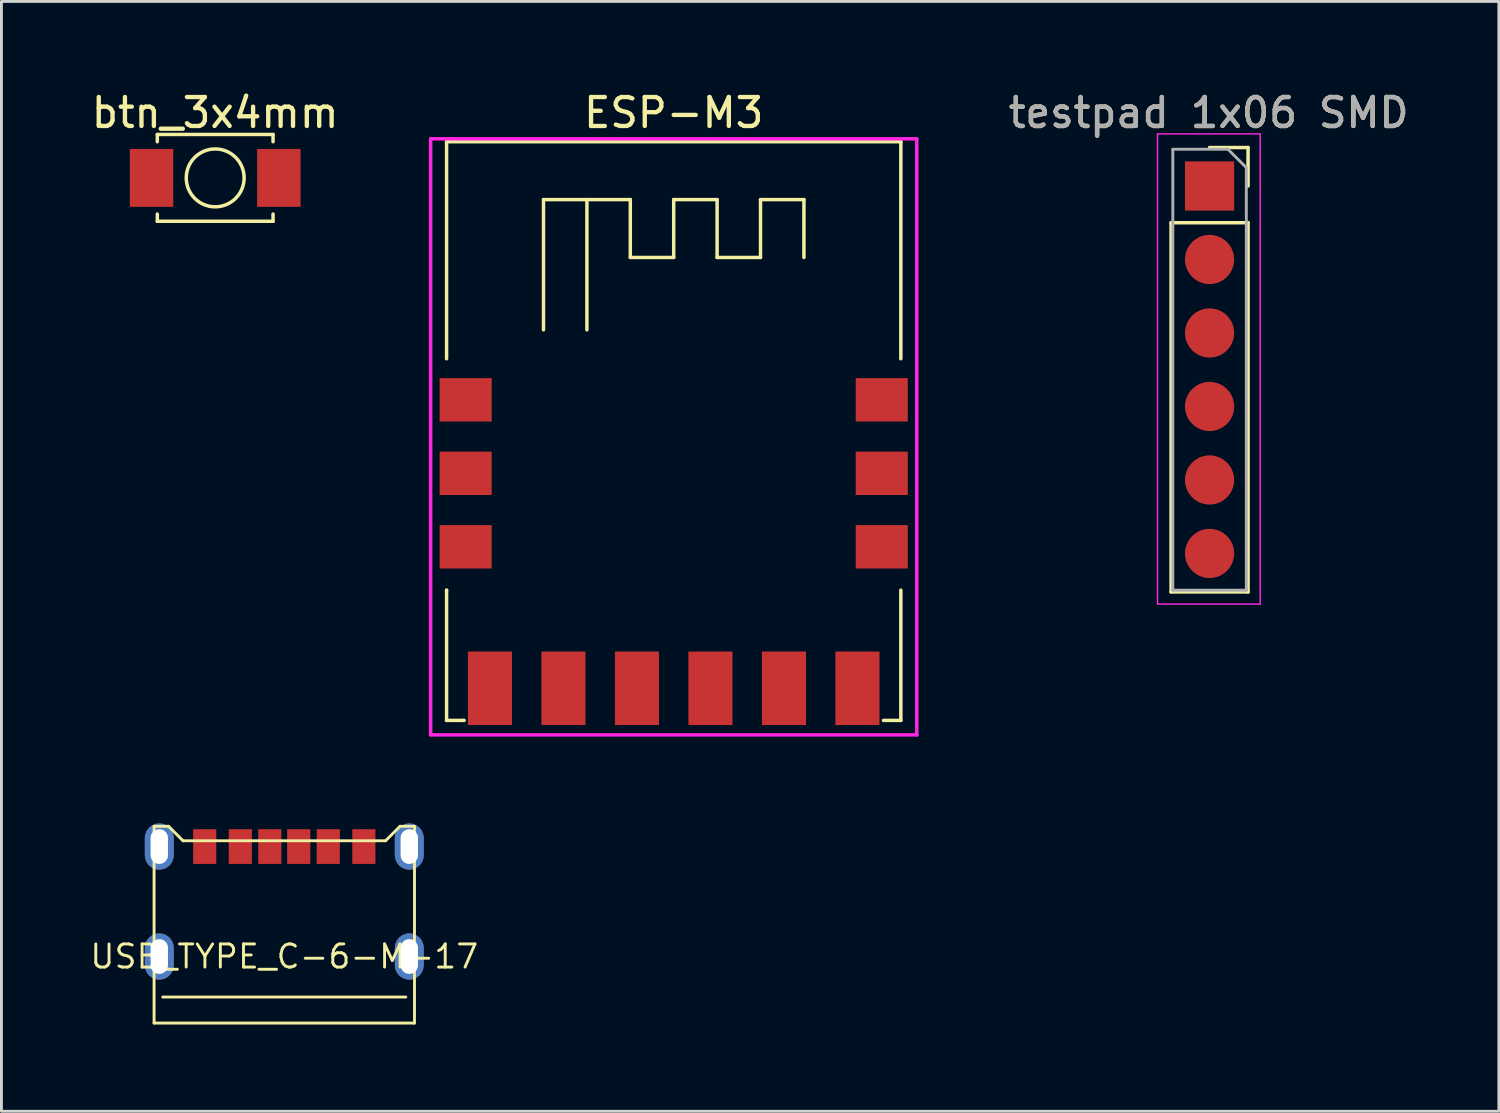
<source format=kicad_pcb>
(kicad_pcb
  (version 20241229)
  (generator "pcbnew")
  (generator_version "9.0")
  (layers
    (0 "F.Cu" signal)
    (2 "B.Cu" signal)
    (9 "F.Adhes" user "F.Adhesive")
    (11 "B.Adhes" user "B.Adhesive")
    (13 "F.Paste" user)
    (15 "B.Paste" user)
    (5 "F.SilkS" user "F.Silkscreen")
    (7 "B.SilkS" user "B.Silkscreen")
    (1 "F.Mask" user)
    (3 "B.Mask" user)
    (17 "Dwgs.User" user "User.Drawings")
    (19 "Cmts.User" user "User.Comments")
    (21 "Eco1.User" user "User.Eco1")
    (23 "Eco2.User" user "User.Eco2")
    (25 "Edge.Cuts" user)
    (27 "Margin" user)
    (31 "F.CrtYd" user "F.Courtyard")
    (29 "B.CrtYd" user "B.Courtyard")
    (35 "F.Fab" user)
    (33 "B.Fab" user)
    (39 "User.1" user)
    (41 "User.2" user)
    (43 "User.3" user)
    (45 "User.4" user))
  (footprint "testpad 1x06 SMD"
    (layer "F.Cu")
    (at 38.724 16.088)
    (property "Reference" "testpad 1x06 SMD" (at 0 -15.24 0) (layer "F.SilkS") (effects (font (size 1 1) (thickness 0.15))))
    (attr through_hole)
    (fp_line (start -1.3 -11.44) (end -1.3 1.32) (stroke (width 0.12) (type solid)) (layer "F.SilkS"))
    (fp_line (start -1.3 -11.44) (end 1.36 -11.44) (stroke (width 0.12) (type solid)) (layer "F.SilkS"))
    (fp_line (start -1.3 1.32) (end 1.36 1.32) (stroke (width 0.12) (type solid)) (layer "F.SilkS"))
    (fp_line (start 0.03 -14.04) (end 1.36 -14.04) (stroke (width 0.12) (type solid)) (layer "F.SilkS"))
    (fp_line (start 1.36 -14.04) (end 1.36 -12.71) (stroke (width 0.12) (type solid)) (layer "F.SilkS"))
    (fp_line (start 1.36 -11.44) (end 1.36 1.32) (stroke (width 0.12) (type solid)) (layer "F.SilkS"))
    (fp_line (start -1.77 -14.51) (end 1.78 -14.51) (stroke (width 0.05) (type solid)) (layer "F.CrtYd"))
    (fp_line (start -1.77 1.74) (end -1.77 -14.51) (stroke (width 0.05) (type solid)) (layer "F.CrtYd"))
    (fp_line (start 1.78 -14.51) (end 1.78 1.74) (stroke (width 0.05) (type solid)) (layer "F.CrtYd"))
    (fp_line (start 1.78 1.74) (end -1.77 1.74) (stroke (width 0.05) (type solid)) (layer "F.CrtYd"))
    (fp_line (start -1.24 -13.98) (end 0.665 -13.98) (stroke (width 0.1) (type solid)) (layer "F.Fab"))
    (fp_line (start -1.24 1.26) (end -1.24 -13.98) (stroke (width 0.1) (type solid)) (layer "F.Fab"))
    (fp_line (start 0.665 -13.98) (end 1.3 -13.345) (stroke (width 0.1) (type solid)) (layer "F.Fab"))
    (fp_line (start 1.3 -13.345) (end 1.3 1.26) (stroke (width 0.1) (type solid)) (layer "F.Fab"))
    (fp_line (start 1.3 1.26) (end -1.24 1.26) (stroke (width 0.1) (type solid)) (layer "F.Fab"))
    (fp_text user "${REFERENCE}" (at 0 -15.24 180) (layer "F.Fab") (effects (font (size 1 1) (thickness 0.15))))
    (pad "1" smd rect (at 0.03 -12.71) (size 1.7 1.7) (layers "F.Cu" "F.Mask" "F.Paste"))
    (pad "2" smd oval (at 0.03 -10.17) (size 1.7 1.7) (layers "F.Cu" "F.Mask" "F.Paste"))
    (pad "3" smd oval (at 0.03 -7.63) (size 1.7 1.7) (layers "F.Cu" "F.Mask" "F.Paste"))
    (pad "4" smd oval (at 0.03 -5.09) (size 1.7 1.7) (layers "F.Cu" "F.Mask" "F.Paste"))
    (pad "5" smd oval (at 0.03 -2.55) (size 1.7 1.7) (layers "F.Cu" "F.Mask" "F.Paste"))
    (pad "6" smd oval (at 0.03 -0.01) (size 1.7 1.7) (layers "F.Cu" "F.Mask" "F.Paste")))
  (footprint "USB_TYPE_C-6-M-17"
    (layer "F.Cu")
    (at 6.775 30.008)
    (property "Reference" "USB_TYPE_C-6-M-17" (at 0 0 0) (layer "F.SilkS") (effects (font (size 0.8 0.8) (thickness 0.1))))
    (attr smd)
    (fp_line (start -4.5 -4.5) (end -4.5 2.3) (stroke (width 0.1) (type solid)) (layer "F.SilkS"))
    (fp_line (start -4.5 -4.5) (end -4 -4.5) (stroke (width 0.1) (type solid)) (layer "F.SilkS"))
    (fp_line (start -4 -4.5) (end -3.5 -4) (stroke (width 0.1) (type solid)) (layer "F.SilkS"))
    (fp_line (start -3.5 -4) (end 3.5 -4) (stroke (width 0.1) (type solid)) (layer "F.SilkS"))
    (fp_line (start 3.5 -4) (end 4 -4.5) (stroke (width 0.1) (type solid)) (layer "F.SilkS"))
    (fp_line (start 4 -4.5) (end 4.5 -4.5) (stroke (width 0.1) (type solid)) (layer "F.SilkS"))
    (fp_line (start 4.2 1.4) (end -4.2 1.4) (stroke (width 0.1) (type solid)) (layer "F.SilkS"))
    (fp_line (start 4.5 -4.5) (end 4.5 2.3) (stroke (width 0.1) (type solid)) (layer "F.SilkS"))
    (fp_line (start 4.5 2.3) (end -4.5 2.3) (stroke (width 0.1) (type solid)) (layer "F.SilkS"))
    (pad "A5" smd rect (at -0.5 -3.8) (size 0.8 1.2) (layers "F.Cu" "F.Mask" "F.Paste"))
    (pad "A9" smd rect (at 1.52 -3.8) (size 0.8 1.2) (layers "F.Cu" "F.Mask" "F.Paste"))
    (pad "A12" smd rect (at 2.75 -3.8) (size 0.8 1.2) (layers "F.Cu" "F.Mask" "F.Paste"))
    (pad "B5" smd rect (at 0.5 -3.8) (size 0.8 1.2) (layers "F.Cu" "F.Mask" "F.Paste"))
    (pad "B9" smd rect (at -1.52 -3.8) (size 0.8 1.2) (layers "F.Cu" "F.Mask" "F.Paste"))
    (pad "B12" smd rect (at -2.75 -3.8) (size 0.8 1.2) (layers "F.Cu" "F.Mask" "F.Paste"))
    (pad "S1" thru_hole roundrect (at -4.32 -3.8) (size 1 1.6) (drill oval 0.6 1.2) (layers "*.Cu" "*.Mask") (roundrect_rratio 0.5))
    (pad "S1" thru_hole roundrect (at -4.32 0) (size 1 1.6) (drill oval 0.6 1.2) (layers "*.Cu" "*.Mask") (roundrect_rratio 0.5))
    (pad "S1" thru_hole roundrect (at 4.32 -3.8) (size 1 1.6) (drill oval 0.6 1.2) (layers "*.Cu" "*.Mask") (roundrect_rratio 0.5))
    (pad "S1" thru_hole roundrect (at 4.32 0) (size 1 1.6) (drill oval 0.6 1.2) (layers "*.Cu" "*.Mask") (roundrect_rratio 0.5)))
  (footprint "btn_3x4mm"
    (layer "F.Cu")
    (at 4.387 3.098)
    (property "Reference" "btn_3x4mm" (at 0 -2.25 0) (layer "F.SilkS") (effects (font (size 1 1) (thickness 0.15))))
    (attr through_hole)
    (fp_line (start -2 -1.5) (end 2 -1.5) (stroke (width 0.12) (type solid)) (layer "F.SilkS"))
    (fp_line (start -2 -1.25) (end -2 -1.5) (stroke (width 0.12) (type solid)) (layer "F.SilkS"))
    (fp_line (start -2 1.5) (end -2 1.25) (stroke (width 0.12) (type solid)) (layer "F.SilkS"))
    (fp_line (start 2 -1.5) (end 2 -1.25) (stroke (width 0.12) (type solid)) (layer "F.SilkS"))
    (fp_line (start 2 1.25) (end 2 1.5) (stroke (width 0.12) (type solid)) (layer "F.SilkS"))
    (fp_line (start 2 1.5) (end -2 1.5) (stroke (width 0.12) (type solid)) (layer "F.SilkS"))
    (fp_circle (center 0 0) (end 1 0) (stroke (width 0.12) (type solid)) (fill no) (layer "F.SilkS"))
    (pad "1" smd rect (at -2.2 0) (size 1.5 2) (layers "F.Cu" "F.Mask" "F.Paste"))
    (pad "2" smd rect (at 2.2 0) (size 1.5 2) (layers "F.Cu" "F.Mask" "F.Paste")))
  (footprint "ESP-M3"
    (layer "F.Cu")
    (at 20.234 15.848)
    (property "Reference" "ESP-M3" (at 0 -15 0) (layer "F.SilkS") (effects (font (size 1 1) (thickness 0.15))))
    (attr through_hole)
    (fp_line (start -7.85 -14) (end 7.85 -14) (stroke (width 0.12) (type solid)) (layer "F.SilkS"))
    (fp_line (start -7.85 -6.5) (end -7.85 -14) (stroke (width 0.12) (type solid)) (layer "F.SilkS"))
    (fp_line (start -7.85 1.5) (end -7.85 1.5) (stroke (width 0.12) (type solid)) (layer "F.SilkS"))
    (fp_line (start -7.85 6) (end -7.85 1.5) (stroke (width 0.12) (type solid)) (layer "F.SilkS"))
    (fp_line (start -7.85 6) (end -7.25 6) (stroke (width 0.12) (type solid)) (layer "F.SilkS"))
    (fp_line (start -7.25 6) (end -7.25 6) (stroke (width 0.12) (type solid)) (layer "F.SilkS"))
    (fp_line (start -4.5 -12) (end -4.5 -7.5) (stroke (width 0.12) (type solid)) (layer "F.SilkS"))
    (fp_line (start -3 -12) (end -3 -7.5) (stroke (width 0.12) (type solid)) (layer "F.SilkS"))
    (fp_line (start -1.5 -12) (end -4.5 -12) (stroke (width 0.12) (type solid)) (layer "F.SilkS"))
    (fp_line (start -1.5 -10) (end -1.5 -12) (stroke (width 0.12) (type solid)) (layer "F.SilkS"))
    (fp_line (start 0 -12) (end 0 -10) (stroke (width 0.12) (type solid)) (layer "F.SilkS"))
    (fp_line (start 0 -10) (end -1.5 -10) (stroke (width 0.12) (type solid)) (layer "F.SilkS"))
    (fp_line (start 1.5 -12) (end 0 -12) (stroke (width 0.12) (type solid)) (layer "F.SilkS"))
    (fp_line (start 1.5 -10) (end 1.5 -12) (stroke (width 0.12) (type solid)) (layer "F.SilkS"))
    (fp_line (start 3 -12) (end 3 -10) (stroke (width 0.12) (type solid)) (layer "F.SilkS"))
    (fp_line (start 3 -10) (end 1.5 -10) (stroke (width 0.12) (type solid)) (layer "F.SilkS"))
    (fp_line (start 4.5 -12) (end 3 -12) (stroke (width 0.12) (type solid)) (layer "F.SilkS"))
    (fp_line (start 4.5 -10) (end 4.5 -12) (stroke (width 0.12) (type solid)) (layer "F.SilkS"))
    (fp_line (start 7.25 6) (end 7.85 6) (stroke (width 0.12) (type solid)) (layer "F.SilkS"))
    (fp_line (start 7.85 -14) (end 7.85 -6.5) (stroke (width 0.12) (type solid)) (layer "F.SilkS"))
    (fp_line (start 7.85 1.5) (end 7.85 6) (stroke (width 0.12) (type solid)) (layer "F.SilkS"))
    (fp_line (start -8.4 -14.1) (end -8.4 6.5) (stroke (width 0.12) (type solid)) (layer "F.CrtYd"))
    (fp_line (start -8.4 6.5) (end 8.4 6.5) (stroke (width 0.12) (type solid)) (layer "F.CrtYd"))
    (fp_line (start 8.4 -14.1) (end -8.4 -14.1) (stroke (width 0.12) (type solid)) (layer "F.CrtYd"))
    (fp_line (start 8.4 6.5) (end 8.4 -14.1) (stroke (width 0.12) (type solid)) (layer "F.CrtYd"))
    (pad "1" smd rect (at -7.19 -5.08) (size 1.8 1.5) (layers "F.Cu" "F.Mask" "F.Paste"))
    (pad "2" smd rect (at -7.19 -2.54) (size 1.8 1.5) (layers "F.Cu" "F.Mask" "F.Paste"))
    (pad "3" smd rect (at -7.19 0) (size 1.8 1.5) (layers "F.Cu" "F.Mask" "F.Paste"))
    (pad "4" smd rect (at -6.35 4.89 90) (size 2.54 1.524) (layers "F.Cu" "F.Mask" "F.Paste"))
    (pad "5" smd rect (at -3.81 4.89 90) (size 2.54 1.524) (layers "F.Cu" "F.Mask" "F.Paste"))
    (pad "6" smd rect (at -1.27 4.89 90) (size 2.54 1.524) (layers "F.Cu" "F.Mask" "F.Paste"))
    (pad "7" smd rect (at 1.27 4.89 90) (size 2.54 1.524) (layers "F.Cu" "F.Mask" "F.Paste"))
    (pad "8" smd rect (at 3.81 4.89 90) (size 2.54 1.524) (layers "F.Cu" "F.Mask" "F.Paste"))
    (pad "9" smd rect (at 6.35 4.89 90) (size 2.54 1.524) (layers "F.Cu" "F.Mask" "F.Paste"))
    (pad "14" smd rect (at 7.19 0) (size 1.8 1.5) (layers "F.Cu" "F.Mask" "F.Paste"))
    (pad "15" smd rect (at 7.19 -2.54) (size 1.8 1.5) (layers "F.Cu" "F.Mask" "F.Paste"))
    (pad "16" smd rect (at 7.19 -5.08) (size 1.8 1.5) (layers "F.Cu" "F.Mask" "F.Paste")))
  (gr_rect
    (start -3 -3)
    (end 48.753 35.358)
    (stroke (width 0.1) (type default))
    (fill no)
    (layer "Edge.Cuts")))
</source>
